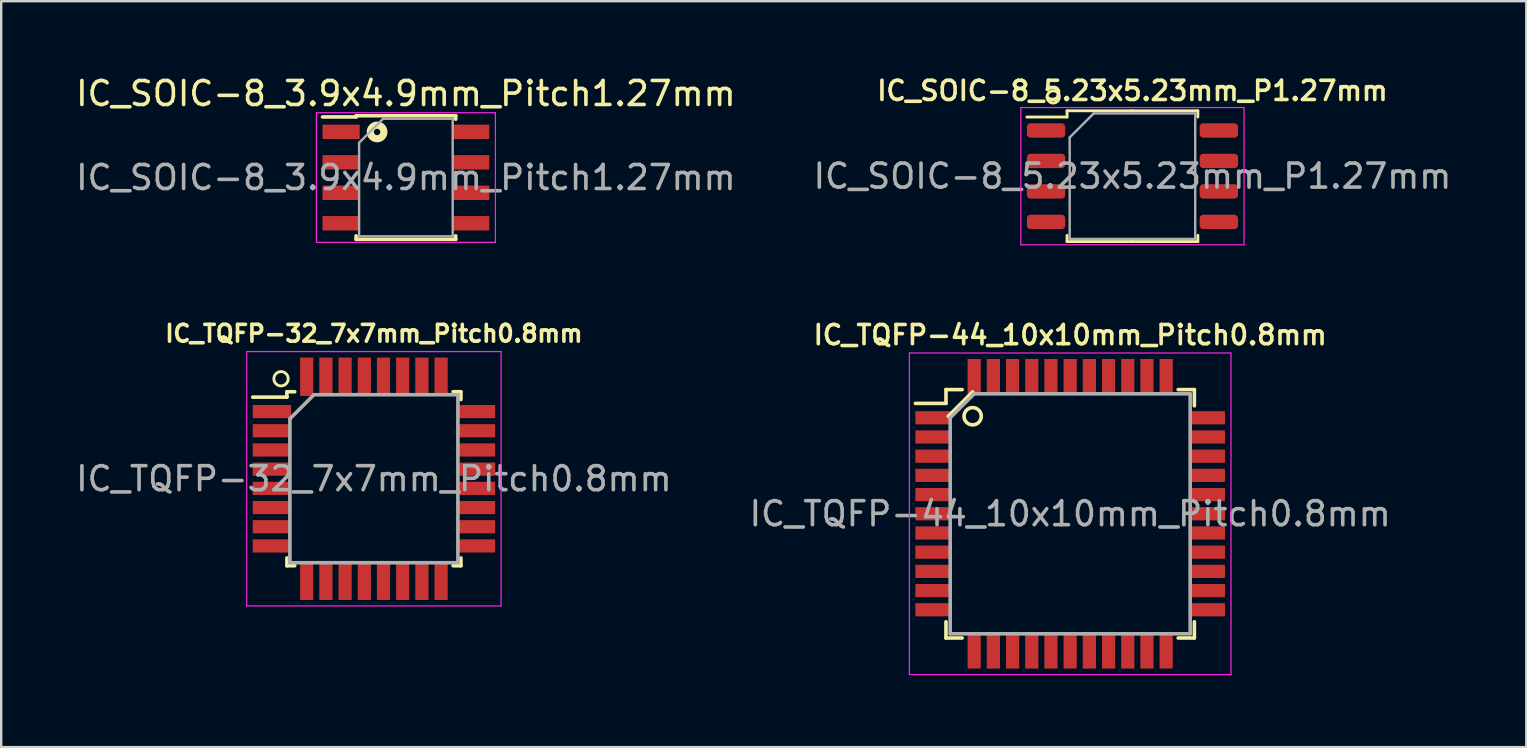
<source format=kicad_pcb>
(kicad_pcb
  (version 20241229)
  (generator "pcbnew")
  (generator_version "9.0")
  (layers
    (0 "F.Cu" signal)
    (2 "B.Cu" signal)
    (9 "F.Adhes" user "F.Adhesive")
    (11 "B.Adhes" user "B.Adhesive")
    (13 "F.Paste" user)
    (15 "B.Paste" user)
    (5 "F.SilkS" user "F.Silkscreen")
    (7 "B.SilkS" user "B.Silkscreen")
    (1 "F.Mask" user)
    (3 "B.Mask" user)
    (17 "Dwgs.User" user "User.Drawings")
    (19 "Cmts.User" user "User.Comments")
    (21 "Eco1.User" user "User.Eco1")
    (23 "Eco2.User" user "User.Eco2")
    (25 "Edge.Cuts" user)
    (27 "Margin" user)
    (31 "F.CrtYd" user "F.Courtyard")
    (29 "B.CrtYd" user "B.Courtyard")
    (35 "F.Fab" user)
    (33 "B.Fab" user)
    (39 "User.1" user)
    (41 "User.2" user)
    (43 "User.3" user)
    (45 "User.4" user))
  (footprint "IC_TQFP-44_10x10mm_Pitch0.8mm"
    (layer "F.Cu")
    (at 41.542 18.358)
    (property "Reference" "IC_TQFP-44_10x10mm_Pitch0.8mm" (at 0 -7.45 0) (layer "F.SilkS") (effects (font (size 0.8 0.8) (thickness 0.15))))
    (attr smd)
    (fp_line (start -5.175 -5.175) (end -5.175 -4.6) (stroke (width 0.15) (type solid)) (layer "F.SilkS"))
    (fp_line (start -5.175 -5.175) (end -4.5 -5.175) (stroke (width 0.15) (type solid)) (layer "F.SilkS"))
    (fp_line (start -5.175 -4.6) (end -6.45 -4.6) (stroke (width 0.15) (type solid)) (layer "F.SilkS"))
    (fp_line (start -5.175 5.175) (end -5.175 4.5) (stroke (width 0.15) (type solid)) (layer "F.SilkS"))
    (fp_line (start -5.175 5.175) (end -4.5 5.175) (stroke (width 0.15) (type solid)) (layer "F.SilkS"))
    (fp_line (start -5.08 -4.064) (end -4.064 -5.08) (stroke (width 0.15) (type solid)) (layer "F.SilkS"))
    (fp_line (start 5.175 -5.175) (end 4.5 -5.175) (stroke (width 0.15) (type solid)) (layer "F.SilkS"))
    (fp_line (start 5.175 -5.175) (end 5.175 -4.5) (stroke (width 0.15) (type solid)) (layer "F.SilkS"))
    (fp_line (start 5.175 5.175) (end 4.5 5.175) (stroke (width 0.15) (type solid)) (layer "F.SilkS"))
    (fp_line (start 5.175 5.175) (end 5.175 4.5) (stroke (width 0.15) (type solid)) (layer "F.SilkS"))
    (fp_circle (center -4.064 -4.064) (end -3.81 -3.81) (stroke (width 0.15) (type solid)) (fill no) (layer "F.SilkS"))
    (fp_line (start -6.7 -6.7) (end -6.7 6.7) (stroke (width 0.05) (type solid)) (layer "F.CrtYd"))
    (fp_line (start -6.7 -6.7) (end 6.7 -6.7) (stroke (width 0.05) (type solid)) (layer "F.CrtYd"))
    (fp_line (start -6.7 6.7) (end 6.7 6.7) (stroke (width 0.05) (type solid)) (layer "F.CrtYd"))
    (fp_line (start 6.7 -6.7) (end 6.7 6.7) (stroke (width 0.05) (type solid)) (layer "F.CrtYd"))
    (fp_line (start -5 -4) (end -4 -5) (stroke (width 0.15) (type solid)) (layer "F.Fab"))
    (fp_line (start -5 5) (end -5 -4) (stroke (width 0.15) (type solid)) (layer "F.Fab"))
    (fp_line (start -4 -5) (end 5 -5) (stroke (width 0.15) (type solid)) (layer "F.Fab"))
    (fp_line (start 5 -5) (end 5 5) (stroke (width 0.15) (type solid)) (layer "F.Fab"))
    (fp_line (start 5 5) (end -5 5) (stroke (width 0.15) (type solid)) (layer "F.Fab"))
    (fp_text user "${REFERENCE}" (at 0 0 0) (layer "F.Fab") (effects (font (size 1 1) (thickness 0.15))))
    (pad "1" smd rect (at -5.7 -4) (size 1.5 0.55) (layers "F.Cu" "F.Mask" "F.Paste"))
    (pad "2" smd rect (at -5.7 -3.2) (size 1.5 0.55) (layers "F.Cu" "F.Mask" "F.Paste"))
    (pad "3" smd rect (at -5.7 -2.4) (size 1.5 0.55) (layers "F.Cu" "F.Mask" "F.Paste"))
    (pad "4" smd rect (at -5.7 -1.6) (size 1.5 0.55) (layers "F.Cu" "F.Mask" "F.Paste"))
    (pad "5" smd rect (at -5.7 -0.8) (size 1.5 0.55) (layers "F.Cu" "F.Mask" "F.Paste"))
    (pad "6" smd rect (at -5.7 0) (size 1.5 0.55) (layers "F.Cu" "F.Mask" "F.Paste"))
    (pad "7" smd rect (at -5.7 0.8) (size 1.5 0.55) (layers "F.Cu" "F.Mask" "F.Paste"))
    (pad "8" smd rect (at -5.7 1.6) (size 1.5 0.55) (layers "F.Cu" "F.Mask" "F.Paste"))
    (pad "9" smd rect (at -5.7 2.4) (size 1.5 0.55) (layers "F.Cu" "F.Mask" "F.Paste"))
    (pad "10" smd rect (at -5.7 3.2) (size 1.5 0.55) (layers "F.Cu" "F.Mask" "F.Paste"))
    (pad "11" smd rect (at -5.7 4) (size 1.5 0.55) (layers "F.Cu" "F.Mask" "F.Paste"))
    (pad "12" smd rect (at -4 5.7 90) (size 1.5 0.55) (layers "F.Cu" "F.Mask" "F.Paste"))
    (pad "13" smd rect (at -3.2 5.7 90) (size 1.5 0.55) (layers "F.Cu" "F.Mask" "F.Paste"))
    (pad "14" smd rect (at -2.4 5.7 90) (size 1.5 0.55) (layers "F.Cu" "F.Mask" "F.Paste"))
    (pad "15" smd rect (at -1.6 5.7 90) (size 1.5 0.55) (layers "F.Cu" "F.Mask" "F.Paste"))
    (pad "16" smd rect (at -0.8 5.7 90) (size 1.5 0.55) (layers "F.Cu" "F.Mask" "F.Paste"))
    (pad "17" smd rect (at 0 5.7 90) (size 1.5 0.55) (layers "F.Cu" "F.Mask" "F.Paste"))
    (pad "18" smd rect (at 0.8 5.7 90) (size 1.5 0.55) (layers "F.Cu" "F.Mask" "F.Paste"))
    (pad "19" smd rect (at 1.6 5.7 90) (size 1.5 0.55) (layers "F.Cu" "F.Mask" "F.Paste"))
    (pad "20" smd rect (at 2.4 5.7 90) (size 1.5 0.55) (layers "F.Cu" "F.Mask" "F.Paste"))
    (pad "21" smd rect (at 3.2 5.7 90) (size 1.5 0.55) (layers "F.Cu" "F.Mask" "F.Paste"))
    (pad "22" smd rect (at 4 5.7 90) (size 1.5 0.55) (layers "F.Cu" "F.Mask" "F.Paste"))
    (pad "23" smd rect (at 5.7 4) (size 1.5 0.55) (layers "F.Cu" "F.Mask" "F.Paste"))
    (pad "24" smd rect (at 5.7 3.2) (size 1.5 0.55) (layers "F.Cu" "F.Mask" "F.Paste"))
    (pad "25" smd rect (at 5.7 2.4) (size 1.5 0.55) (layers "F.Cu" "F.Mask" "F.Paste"))
    (pad "26" smd rect (at 5.7 1.6) (size 1.5 0.55) (layers "F.Cu" "F.Mask" "F.Paste"))
    (pad "27" smd rect (at 5.7 0.8) (size 1.5 0.55) (layers "F.Cu" "F.Mask" "F.Paste"))
    (pad "28" smd rect (at 5.7 0) (size 1.5 0.55) (layers "F.Cu" "F.Mask" "F.Paste"))
    (pad "29" smd rect (at 5.7 -0.8) (size 1.5 0.55) (layers "F.Cu" "F.Mask" "F.Paste"))
    (pad "30" smd rect (at 5.7 -1.6) (size 1.5 0.55) (layers "F.Cu" "F.Mask" "F.Paste"))
    (pad "31" smd rect (at 5.7 -2.4) (size 1.5 0.55) (layers "F.Cu" "F.Mask" "F.Paste"))
    (pad "32" smd rect (at 5.7 -3.2) (size 1.5 0.55) (layers "F.Cu" "F.Mask" "F.Paste"))
    (pad "33" smd rect (at 5.7 -4) (size 1.5 0.55) (layers "F.Cu" "F.Mask" "F.Paste"))
    (pad "34" smd rect (at 4 -5.7 90) (size 1.5 0.55) (layers "F.Cu" "F.Mask" "F.Paste"))
    (pad "35" smd rect (at 3.2 -5.7 90) (size 1.5 0.55) (layers "F.Cu" "F.Mask" "F.Paste"))
    (pad "36" smd rect (at 2.4 -5.7 90) (size 1.5 0.55) (layers "F.Cu" "F.Mask" "F.Paste"))
    (pad "37" smd rect (at 1.6 -5.7 90) (size 1.5 0.55) (layers "F.Cu" "F.Mask" "F.Paste"))
    (pad "38" smd rect (at 0.8 -5.7 90) (size 1.5 0.55) (layers "F.Cu" "F.Mask" "F.Paste"))
    (pad "39" smd rect (at 0 -5.7 90) (size 1.5 0.55) (layers "F.Cu" "F.Mask" "F.Paste"))
    (pad "40" smd rect (at -0.8 -5.7 90) (size 1.5 0.55) (layers "F.Cu" "F.Mask" "F.Paste"))
    (pad "41" smd rect (at -1.6 -5.7 90) (size 1.5 0.55) (layers "F.Cu" "F.Mask" "F.Paste"))
    (pad "42" smd rect (at -2.4 -5.7 90) (size 1.5 0.55) (layers "F.Cu" "F.Mask" "F.Paste"))
    (pad "43" smd rect (at -3.2 -5.7 90) (size 1.5 0.55) (layers "F.Cu" "F.Mask" "F.Paste"))
    (pad "44" smd rect (at -4 -5.7 90) (size 1.5 0.55) (layers "F.Cu" "F.Mask" "F.Paste")))
  (footprint "IC_TQFP-32_7x7mm_Pitch0.8mm"
    (layer "F.Cu")
    (at 12.53 16.899)
    (property "Reference" "IC_TQFP-32_7x7mm_Pitch0.8mm" (at 0 -6.05 0) (layer "F.SilkS") (effects (font (size 0.7 0.7) (thickness 0.15))))
    (attr smd)
    (fp_line (start -3.625 -3.625) (end -3.625 -3.4) (stroke (width 0.15) (type solid)) (layer "F.SilkS"))
    (fp_line (start -3.625 -3.625) (end -3.3 -3.625) (stroke (width 0.15) (type solid)) (layer "F.SilkS"))
    (fp_line (start -3.625 -3.4) (end -5.05 -3.4) (stroke (width 0.15) (type solid)) (layer "F.SilkS"))
    (fp_line (start -3.625 3.625) (end -3.625 3.3) (stroke (width 0.15) (type solid)) (layer "F.SilkS"))
    (fp_line (start -3.625 3.625) (end -3.3 3.625) (stroke (width 0.15) (type solid)) (layer "F.SilkS"))
    (fp_line (start 3.625 -3.625) (end 3.3 -3.625) (stroke (width 0.15) (type solid)) (layer "F.SilkS"))
    (fp_line (start 3.625 -3.625) (end 3.625 -3.3) (stroke (width 0.15) (type solid)) (layer "F.SilkS"))
    (fp_line (start 3.625 3.625) (end 3.3 3.625) (stroke (width 0.15) (type solid)) (layer "F.SilkS"))
    (fp_line (start 3.625 3.625) (end 3.625 3.3) (stroke (width 0.15) (type solid)) (layer "F.SilkS"))
    (fp_circle (center -3.87 -4.167) (end -3.572 -4.167) (stroke (width 0.12) (type solid)) (fill no) (layer "F.SilkS"))
    (fp_line (start -5.3 -5.3) (end -5.3 5.3) (stroke (width 0.05) (type solid)) (layer "F.CrtYd"))
    (fp_line (start -5.3 -5.3) (end 5.3 -5.3) (stroke (width 0.05) (type solid)) (layer "F.CrtYd"))
    (fp_line (start -5.3 5.3) (end 5.3 5.3) (stroke (width 0.05) (type solid)) (layer "F.CrtYd"))
    (fp_line (start 5.3 -5.3) (end 5.3 5.3) (stroke (width 0.05) (type solid)) (layer "F.CrtYd"))
    (fp_line (start -3.5 -2.5) (end -2.5 -3.5) (stroke (width 0.15) (type solid)) (layer "F.Fab"))
    (fp_line (start -3.5 3.5) (end -3.5 -2.5) (stroke (width 0.15) (type solid)) (layer "F.Fab"))
    (fp_line (start -2.5 -3.5) (end 3.5 -3.5) (stroke (width 0.15) (type solid)) (layer "F.Fab"))
    (fp_line (start 3.5 -3.5) (end 3.5 3.5) (stroke (width 0.15) (type solid)) (layer "F.Fab"))
    (fp_line (start 3.5 3.5) (end -3.5 3.5) (stroke (width 0.15) (type solid)) (layer "F.Fab"))
    (fp_text user "${REFERENCE}" (at 0 0 0) (layer "F.Fab") (effects (font (size 1 1) (thickness 0.15))))
    (pad "1" smd rect (at -4.25 -2.8) (size 1.6 0.55) (layers "F.Cu" "F.Mask" "F.Paste"))
    (pad "2" smd rect (at -4.25 -2) (size 1.6 0.55) (layers "F.Cu" "F.Mask" "F.Paste"))
    (pad "3" smd rect (at -4.25 -1.2) (size 1.6 0.55) (layers "F.Cu" "F.Mask" "F.Paste"))
    (pad "4" smd rect (at -4.25 -0.4) (size 1.6 0.55) (layers "F.Cu" "F.Mask" "F.Paste"))
    (pad "5" smd rect (at -4.25 0.4) (size 1.6 0.55) (layers "F.Cu" "F.Mask" "F.Paste"))
    (pad "6" smd rect (at -4.25 1.2) (size 1.6 0.55) (layers "F.Cu" "F.Mask" "F.Paste"))
    (pad "7" smd rect (at -4.25 2) (size 1.6 0.55) (layers "F.Cu" "F.Mask" "F.Paste"))
    (pad "8" smd rect (at -4.25 2.8) (size 1.6 0.55) (layers "F.Cu" "F.Mask" "F.Paste"))
    (pad "9" smd rect (at -2.8 4.25 90) (size 1.6 0.55) (layers "F.Cu" "F.Mask" "F.Paste"))
    (pad "10" smd rect (at -2 4.25 90) (size 1.6 0.55) (layers "F.Cu" "F.Mask" "F.Paste"))
    (pad "11" smd rect (at -1.2 4.25 90) (size 1.6 0.55) (layers "F.Cu" "F.Mask" "F.Paste"))
    (pad "12" smd rect (at -0.4 4.25 90) (size 1.6 0.55) (layers "F.Cu" "F.Mask" "F.Paste"))
    (pad "13" smd rect (at 0.4 4.25 90) (size 1.6 0.55) (layers "F.Cu" "F.Mask" "F.Paste"))
    (pad "14" smd rect (at 1.2 4.25 90) (size 1.6 0.55) (layers "F.Cu" "F.Mask" "F.Paste"))
    (pad "15" smd rect (at 2 4.25 90) (size 1.6 0.55) (layers "F.Cu" "F.Mask" "F.Paste"))
    (pad "16" smd rect (at 2.8 4.25 90) (size 1.6 0.55) (layers "F.Cu" "F.Mask" "F.Paste"))
    (pad "17" smd rect (at 4.25 2.8) (size 1.6 0.55) (layers "F.Cu" "F.Mask" "F.Paste"))
    (pad "18" smd rect (at 4.25 2) (size 1.6 0.55) (layers "F.Cu" "F.Mask" "F.Paste"))
    (pad "19" smd rect (at 4.25 1.2) (size 1.6 0.55) (layers "F.Cu" "F.Mask" "F.Paste"))
    (pad "20" smd rect (at 4.25 0.4) (size 1.6 0.55) (layers "F.Cu" "F.Mask" "F.Paste"))
    (pad "21" smd rect (at 4.25 -0.4) (size 1.6 0.55) (layers "F.Cu" "F.Mask" "F.Paste"))
    (pad "22" smd rect (at 4.25 -1.2) (size 1.6 0.55) (layers "F.Cu" "F.Mask" "F.Paste"))
    (pad "23" smd rect (at 4.25 -2) (size 1.6 0.55) (layers "F.Cu" "F.Mask" "F.Paste"))
    (pad "24" smd rect (at 4.25 -2.8) (size 1.6 0.55) (layers "F.Cu" "F.Mask" "F.Paste"))
    (pad "25" smd rect (at 2.8 -4.25 90) (size 1.6 0.55) (layers "F.Cu" "F.Mask" "F.Paste"))
    (pad "26" smd rect (at 2 -4.25 90) (size 1.6 0.55) (layers "F.Cu" "F.Mask" "F.Paste"))
    (pad "27" smd rect (at 1.2 -4.25 90) (size 1.6 0.55) (layers "F.Cu" "F.Mask" "F.Paste"))
    (pad "28" smd rect (at 0.4 -4.25 90) (size 1.6 0.55) (layers "F.Cu" "F.Mask" "F.Paste"))
    (pad "29" smd rect (at -0.4 -4.25 90) (size 1.6 0.55) (layers "F.Cu" "F.Mask" "F.Paste"))
    (pad "30" smd rect (at -1.2 -4.25 90) (size 1.6 0.55) (layers "F.Cu" "F.Mask" "F.Paste"))
    (pad "31" smd rect (at -2 -4.25 90) (size 1.6 0.55) (layers "F.Cu" "F.Mask" "F.Paste"))
    (pad "32" smd rect (at -2.8 -4.25 90) (size 1.6 0.55) (layers "F.Cu" "F.Mask" "F.Paste")))
  (footprint "IC_SOIC-8_5.23x5.23mm_P1.27mm"
    (layer "F.Cu")
    (at 44.137 4.291)
    (property "Reference" "IC_SOIC-8_5.23x5.23mm_P1.27mm" (at 0 -3.56 0) (layer "F.SilkS") (effects (font (size 0.8 0.8) (thickness 0.15))))
    (attr smd)
    (fp_line (start -2.725 -2.725) (end -2.725 -2.465) (stroke (width 0.12) (type solid)) (layer "F.SilkS"))
    (fp_line (start -2.725 -2.465) (end -4.4 -2.465) (stroke (width 0.12) (type solid)) (layer "F.SilkS"))
    (fp_line (start -2.725 2.725) (end -2.725 2.465) (stroke (width 0.12) (type solid)) (layer "F.SilkS"))
    (fp_line (start 0 -2.725) (end -2.725 -2.725) (stroke (width 0.12) (type solid)) (layer "F.SilkS"))
    (fp_line (start 0 -2.725) (end 2.725 -2.725) (stroke (width 0.12) (type solid)) (layer "F.SilkS"))
    (fp_line (start 0 2.725) (end -2.725 2.725) (stroke (width 0.12) (type solid)) (layer "F.SilkS"))
    (fp_line (start 0 2.725) (end 2.725 2.725) (stroke (width 0.12) (type solid)) (layer "F.SilkS"))
    (fp_line (start 2.725 -2.725) (end 2.725 -2.465) (stroke (width 0.12) (type solid)) (layer "F.SilkS"))
    (fp_line (start 2.725 2.725) (end 2.725 2.465) (stroke (width 0.12) (type solid)) (layer "F.SilkS"))
    (fp_circle (center -3.302 -3.302) (end -3.302 -3.048) (stroke (width 0.12) (type solid)) (fill no) (layer "F.SilkS"))
    (fp_line (start -4.65 -2.86) (end -4.65 2.86) (stroke (width 0.05) (type solid)) (layer "F.CrtYd"))
    (fp_line (start -4.65 2.86) (end 4.65 2.86) (stroke (width 0.05) (type solid)) (layer "F.CrtYd"))
    (fp_line (start 4.65 -2.86) (end -4.65 -2.86) (stroke (width 0.05) (type solid)) (layer "F.CrtYd"))
    (fp_line (start 4.65 2.86) (end 4.65 -2.86) (stroke (width 0.05) (type solid)) (layer "F.CrtYd"))
    (fp_line (start -2.615 -1.615) (end -1.615 -2.615) (stroke (width 0.1) (type solid)) (layer "F.Fab"))
    (fp_line (start -2.615 2.615) (end -2.615 -1.615) (stroke (width 0.1) (type solid)) (layer "F.Fab"))
    (fp_line (start -1.615 -2.615) (end 2.615 -2.615) (stroke (width 0.1) (type solid)) (layer "F.Fab"))
    (fp_line (start 2.615 -2.615) (end 2.615 2.615) (stroke (width 0.1) (type solid)) (layer "F.Fab"))
    (fp_line (start 2.615 2.615) (end -2.615 2.615) (stroke (width 0.1) (type solid)) (layer "F.Fab"))
    (fp_text user "${REFERENCE}" (at 0 0 0) (layer "F.Fab") (effects (font (size 1 1) (thickness 0.15))))
    (pad "1" smd roundrect (at -3.6 -1.905) (size 1.6 0.6) (layers "F.Cu" "F.Mask" "F.Paste") (roundrect_rratio 0.25))
    (pad "2" smd roundrect (at -3.6 -0.635) (size 1.6 0.6) (layers "F.Cu" "F.Mask" "F.Paste") (roundrect_rratio 0.25))
    (pad "3" smd roundrect (at -3.6 0.635) (size 1.6 0.6) (layers "F.Cu" "F.Mask" "F.Paste") (roundrect_rratio 0.25))
    (pad "4" smd roundrect (at -3.6 1.905) (size 1.6 0.6) (layers "F.Cu" "F.Mask" "F.Paste") (roundrect_rratio 0.25))
    (pad "5" smd roundrect (at 3.6 1.905) (size 1.6 0.6) (layers "F.Cu" "F.Mask" "F.Paste") (roundrect_rratio 0.25))
    (pad "6" smd roundrect (at 3.6 0.635) (size 1.6 0.6) (layers "F.Cu" "F.Mask" "F.Paste") (roundrect_rratio 0.25))
    (pad "7" smd roundrect (at 3.6 -0.635) (size 1.6 0.6) (layers "F.Cu" "F.Mask" "F.Paste") (roundrect_rratio 0.25))
    (pad "8" smd roundrect (at 3.6 -1.905) (size 1.6 0.6) (layers "F.Cu" "F.Mask" "F.Paste") (roundrect_rratio 0.25)))
  (footprint "IC_SOIC-8_3.9x4.9mm_Pitch1.27mm"
    (layer "F.Cu")
    (at 13.863 4.348)
    (property "Reference" "IC_SOIC-8_3.9x4.9mm_Pitch1.27mm" (at 0 -3.5 0) (layer "F.SilkS") (effects (font (size 1 1) (thickness 0.15))))
    (attr smd)
    (fp_line (start -2.075 -2.575) (end -2.075 -2.525) (stroke (width 0.15) (type solid)) (layer "F.SilkS"))
    (fp_line (start -2.075 -2.575) (end 2.075 -2.575) (stroke (width 0.15) (type solid)) (layer "F.SilkS"))
    (fp_line (start -2.075 -2.525) (end -3.475 -2.525) (stroke (width 0.15) (type solid)) (layer "F.SilkS"))
    (fp_line (start -2.075 2.575) (end -2.075 2.43) (stroke (width 0.15) (type solid)) (layer "F.SilkS"))
    (fp_line (start -2.075 2.575) (end 2.075 2.575) (stroke (width 0.15) (type solid)) (layer "F.SilkS"))
    (fp_line (start 2.075 -2.575) (end 2.075 -2.43) (stroke (width 0.15) (type solid)) (layer "F.SilkS"))
    (fp_line (start 2.075 2.575) (end 2.075 2.43) (stroke (width 0.15) (type solid)) (layer "F.SilkS"))
    (fp_circle (center -1.2 -1.9) (end -1 -1.7) (stroke (width 0.3) (type solid)) (fill no) (layer "F.SilkS"))
    (fp_line (start -3.73 -2.7) (end -3.73 2.7) (stroke (width 0.05) (type solid)) (layer "F.CrtYd"))
    (fp_line (start -3.73 -2.7) (end 3.73 -2.7) (stroke (width 0.05) (type solid)) (layer "F.CrtYd"))
    (fp_line (start -3.73 2.7) (end 3.73 2.7) (stroke (width 0.05) (type solid)) (layer "F.CrtYd"))
    (fp_line (start 3.73 -2.7) (end 3.73 2.7) (stroke (width 0.05) (type solid)) (layer "F.CrtYd"))
    (fp_line (start -1.95 -1.45) (end -0.95 -2.45) (stroke (width 0.1) (type solid)) (layer "F.Fab"))
    (fp_line (start -1.95 2.45) (end -1.95 -1.45) (stroke (width 0.1) (type solid)) (layer "F.Fab"))
    (fp_line (start -0.95 -2.45) (end 1.95 -2.45) (stroke (width 0.1) (type solid)) (layer "F.Fab"))
    (fp_line (start 1.95 -2.45) (end 1.95 2.45) (stroke (width 0.1) (type solid)) (layer "F.Fab"))
    (fp_line (start 1.95 2.45) (end -1.95 2.45) (stroke (width 0.1) (type solid)) (layer "F.Fab"))
    (fp_text user "${REFERENCE}" (at 0 0 0) (layer "F.Fab") (effects (font (size 1 1) (thickness 0.15))))
    (pad "1" smd rect (at -2.7 -1.905) (size 1.55 0.6) (layers "F.Cu" "F.Mask" "F.Paste"))
    (pad "2" smd rect (at -2.7 -0.635) (size 1.55 0.6) (layers "F.Cu" "F.Mask" "F.Paste"))
    (pad "3" smd rect (at -2.7 0.635) (size 1.55 0.6) (layers "F.Cu" "F.Mask" "F.Paste"))
    (pad "4" smd rect (at -2.7 1.905) (size 1.55 0.6) (layers "F.Cu" "F.Mask" "F.Paste"))
    (pad "5" smd rect (at 2.7 1.905) (size 1.55 0.6) (layers "F.Cu" "F.Mask" "F.Paste"))
    (pad "6" smd rect (at 2.7 0.635) (size 1.55 0.6) (layers "F.Cu" "F.Mask" "F.Paste"))
    (pad "7" smd rect (at 2.7 -0.635) (size 1.55 0.6) (layers "F.Cu" "F.Mask" "F.Paste"))
    (pad "8" smd rect (at 2.7 -1.905) (size 1.55 0.6) (layers "F.Cu" "F.Mask" "F.Paste")))
  (gr_rect
    (start -3 -3)
    (end 60.548 28.082)
    (stroke (width 0.1) (type default))
    (fill no)
    (layer "Edge.Cuts")))
</source>
